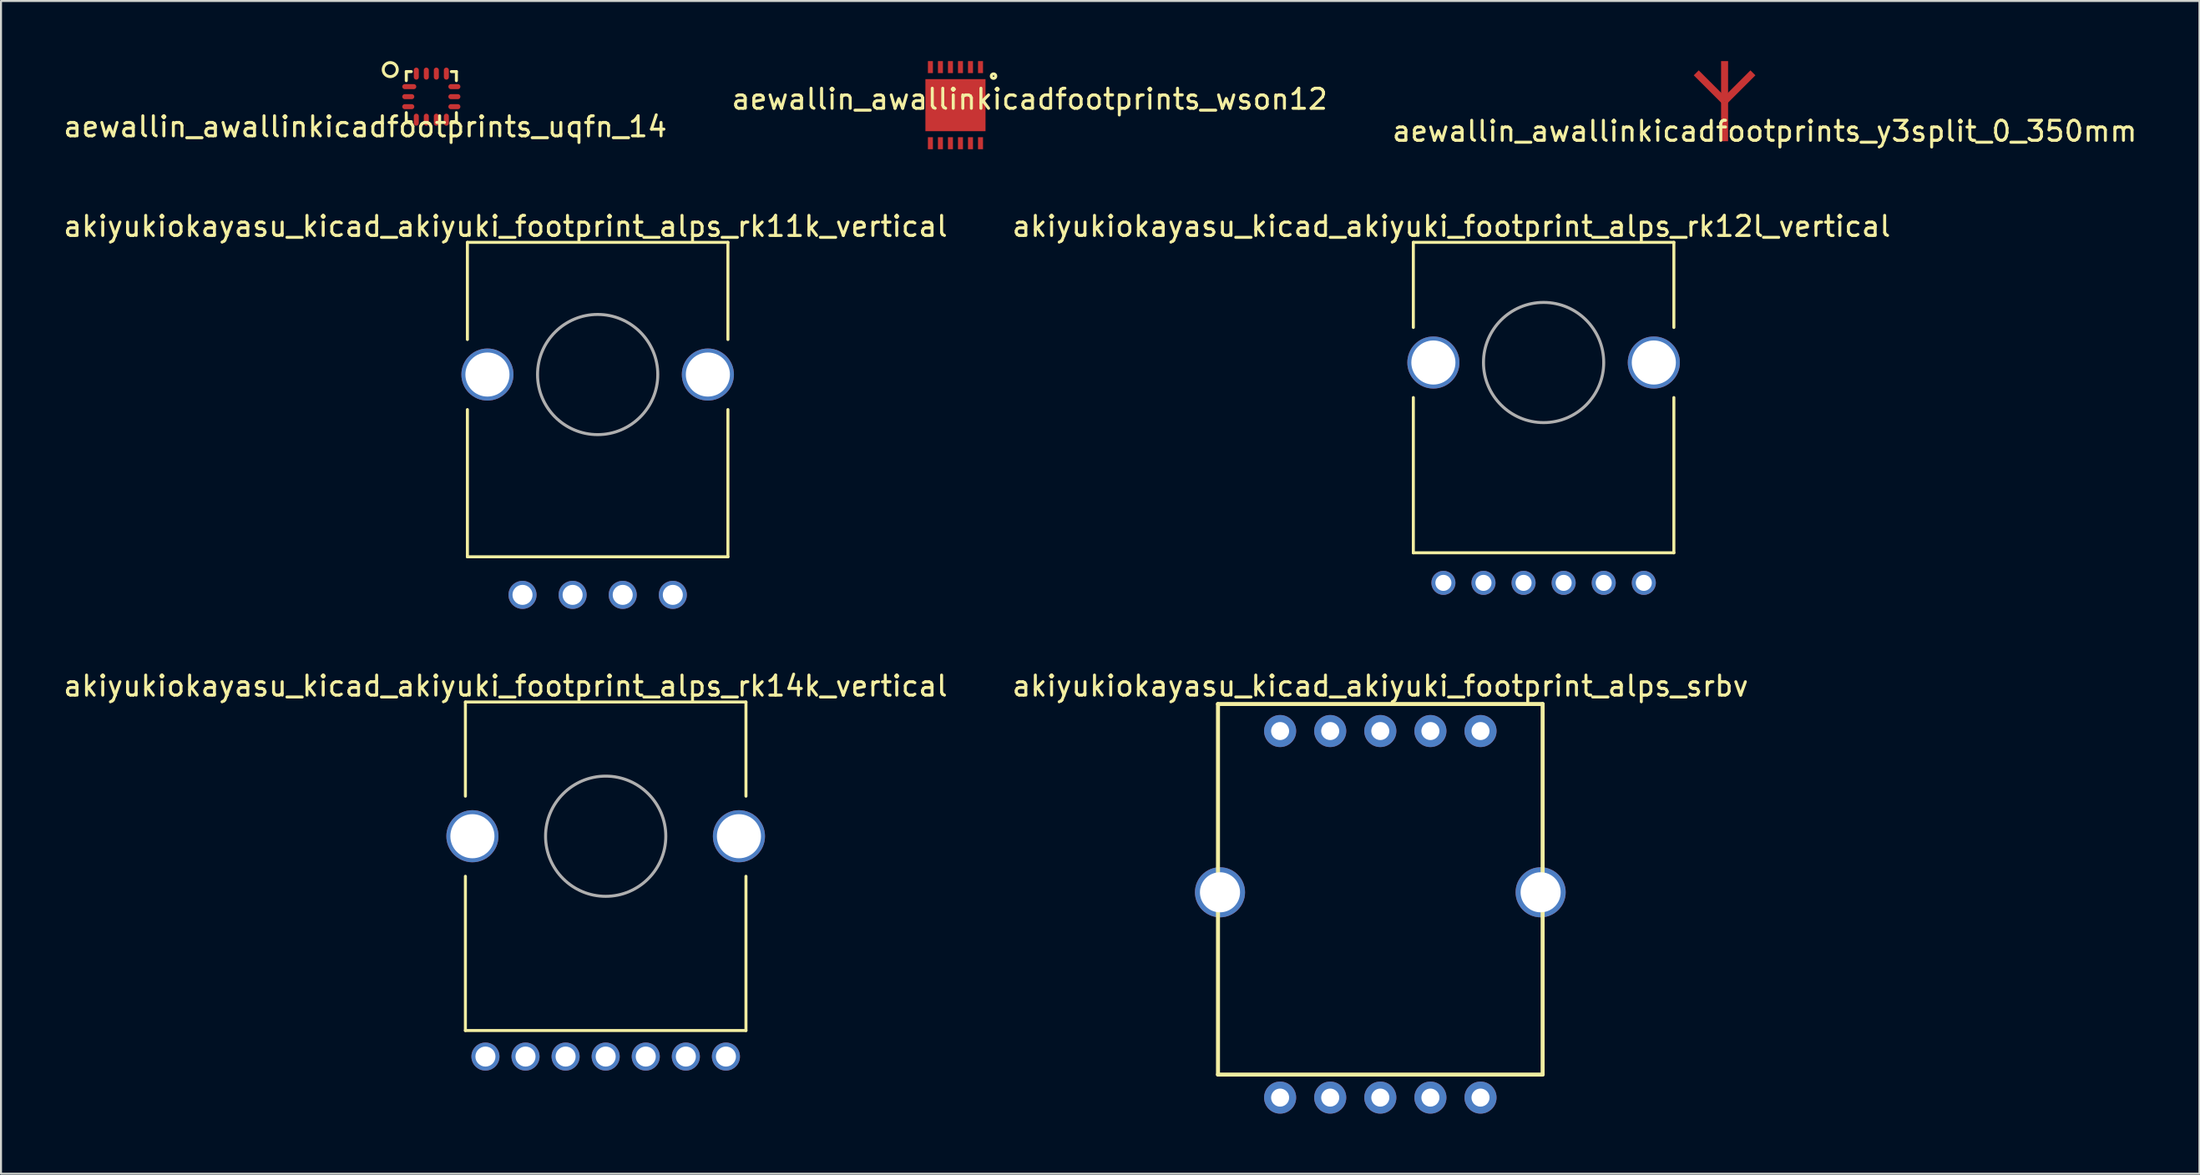
<source format=kicad_pcb>
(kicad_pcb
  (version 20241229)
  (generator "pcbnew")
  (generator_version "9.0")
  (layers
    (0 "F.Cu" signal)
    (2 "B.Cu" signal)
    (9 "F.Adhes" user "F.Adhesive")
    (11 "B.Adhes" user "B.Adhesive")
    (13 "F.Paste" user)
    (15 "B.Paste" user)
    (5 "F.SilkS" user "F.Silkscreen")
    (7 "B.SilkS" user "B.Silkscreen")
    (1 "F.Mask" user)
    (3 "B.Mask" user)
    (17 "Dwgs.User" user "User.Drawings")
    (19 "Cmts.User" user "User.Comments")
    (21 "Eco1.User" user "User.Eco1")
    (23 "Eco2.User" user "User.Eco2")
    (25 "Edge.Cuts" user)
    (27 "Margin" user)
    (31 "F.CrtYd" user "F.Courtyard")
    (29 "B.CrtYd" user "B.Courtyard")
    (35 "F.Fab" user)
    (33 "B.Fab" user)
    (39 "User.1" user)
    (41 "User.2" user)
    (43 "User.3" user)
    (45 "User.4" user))
  (footprint "aewallin_awallinkicadfootprints_uqfn_14"
    (layer "F.Cu")
    (at 18.473 1.775)
    (property "Reference" "aewallin_awallinkicadfootprints_uqfn_14" (at -3.3 1.5 0) (layer "F.SilkS") (effects (font (size 1 1) (thickness 0.15))))
    (attr through_hole)
    (fp_line (start -1.25 -1.25) (end -1.25 -0.8) (stroke (width 0.15) (type solid)) (layer "F.SilkS"))
    (fp_line (start -1.25 0.8) (end -1.25 1.25) (stroke (width 0.15) (type solid)) (layer "F.SilkS"))
    (fp_line (start -1.25 1.25) (end -1 1.25) (stroke (width 0.15) (type solid)) (layer "F.SilkS"))
    (fp_line (start -1 -1.25) (end -1.25 -1.25) (stroke (width 0.15) (type solid)) (layer "F.SilkS"))
    (fp_line (start 1 1.25) (end 1.25 1.25) (stroke (width 0.15) (type solid)) (layer "F.SilkS"))
    (fp_line (start 1.25 -1.25) (end 1 -1.25) (stroke (width 0.15) (type solid)) (layer "F.SilkS"))
    (fp_line (start 1.25 -0.8) (end 1.25 -1.25) (stroke (width 0.15) (type solid)) (layer "F.SilkS"))
    (fp_line (start 1.25 1.25) (end 1.25 0.8) (stroke (width 0.15) (type solid)) (layer "F.SilkS"))
    (fp_circle (center -2.05 -1.35) (end -2.05 -1) (stroke (width 0.15) (type solid)) (fill no) (layer "F.SilkS"))
    (pad "1" smd oval (at -1.15 -0.5) (size 0.7 0.25) (drill (offset 0.05 0)) (layers "F.Cu" "F.Mask" "F.Paste"))
    (pad "2" smd oval (at -1.15 0) (size 0.6 0.25) (layers "F.Cu" "F.Mask" "F.Paste"))
    (pad "3" smd oval (at -1.15 0.5) (size 0.6 0.25) (layers "F.Cu" "F.Mask" "F.Paste"))
    (pad "4" smd oval (at -0.75 1.15) (size 0.25 0.6) (layers "F.Cu" "F.Mask" "F.Paste"))
    (pad "5" smd oval (at -0.25 1.15) (size 0.25 0.6) (layers "F.Cu" "F.Mask" "F.Paste"))
    (pad "6" smd oval (at 0.25 1.15) (size 0.25 0.6) (layers "F.Cu" "F.Mask" "F.Paste"))
    (pad "7" smd oval (at 0.75 1.15) (size 0.25 0.6) (layers "F.Cu" "F.Mask" "F.Paste"))
    (pad "8" smd oval (at 1.15 0.5) (size 0.6 0.25) (layers "F.Cu" "F.Mask" "F.Paste"))
    (pad "9" smd oval (at 1.15 0) (size 0.6 0.25) (layers "F.Cu" "F.Mask" "F.Paste"))
    (pad "10" smd oval (at 1.15 -0.5) (size 0.6 0.25) (layers "F.Cu" "F.Mask" "F.Paste"))
    (pad "11" smd oval (at 0.75 -1.15) (size 0.25 0.6) (layers "F.Cu" "F.Mask" "F.Paste"))
    (pad "12" smd oval (at 0.25 -1.15) (size 0.25 0.6) (layers "F.Cu" "F.Mask" "F.Paste"))
    (pad "13" smd oval (at -0.25 -1.15) (size 0.25 0.6) (layers "F.Cu" "F.Mask" "F.Paste"))
    (pad "14" smd oval (at -0.75 -1.15) (size 0.25 0.6) (layers "F.Cu" "F.Mask" "F.Paste")))
  (footprint "akiyukiokayasu_kicad_akiyuki_footprint_alps_srbv"
    (layer "F.Cu")
    (at 65.827 42.596)
    (property "Reference" "akiyukiokayasu_kicad_akiyuki_footprint_alps_srbv" (at 0 -11.4 0) (layer "F.SilkS") (effects (font (size 1 1) (thickness 0.15))))
    (attr through_hole)
    (fp_line (start -8.1 -10.5) (end -8.1 8) (stroke (width 0.2) (type solid)) (layer "F.SilkS"))
    (fp_line (start -8.1 8) (end 8.1 8) (stroke (width 0.2) (type solid)) (layer "F.SilkS"))
    (fp_line (start 8.1 -10.5) (end -8.1 -10.5) (stroke (width 0.2) (type solid)) (layer "F.SilkS"))
    (fp_line (start 8.1 8) (end 8.1 -10.5) (stroke (width 0.2) (type solid)) (layer "F.SilkS"))
    (pad "" np_thru_hole circle (at -8 -1.1) (size 2.5 2.5) (drill 2) (layers "*.Cu" "*.Mask"))
    (pad "" np_thru_hole circle (at 8 -1.1) (size 2.5 2.5) (drill 2) (layers "*.Cu" "*.Mask"))
    (pad "1" thru_hole circle (at 5 9.15) (size 1.6 1.6) (drill 0.9) (layers "*.Cu" "*.Mask"))
    (pad "2" thru_hole circle (at 2.5 9.15) (size 1.6 1.6) (drill 0.9) (layers "*.Cu" "*.Mask"))
    (pad "3" thru_hole circle (at 0 9.15) (size 1.6 1.6) (drill 0.9) (layers "*.Cu" "*.Mask"))
    (pad "4" thru_hole circle (at -2.5 9.15) (size 1.6 1.6) (drill 0.9) (layers "*.Cu" "*.Mask"))
    (pad "5" thru_hole circle (at -5 9.15) (size 1.6 1.6) (drill 0.9) (layers "*.Cu" "*.Mask"))
    (pad "6" thru_hole circle (at -5 -9.15) (size 1.6 1.6) (drill 0.9) (layers "*.Cu" "*.Mask"))
    (pad "7" thru_hole circle (at -2.5 -9.15) (size 1.6 1.6) (drill 0.9) (layers "*.Cu" "*.Mask"))
    (pad "8" thru_hole circle (at 0 -9.15) (size 1.6 1.6) (drill 0.9) (layers "*.Cu" "*.Mask"))
    (pad "9" thru_hole circle (at 2.5 -9.15) (size 1.6 1.6) (drill 0.9) (layers "*.Cu" "*.Mask"))
    (pad "10" thru_hole circle (at 5 -9.15) (size 1.6 1.6) (drill 0.9) (layers "*.Cu" "*.Mask")))
  (footprint "akiyukiokayasu_kicad_akiyuki_footprint_alps_rk11k_vertical"
    (layer "F.Cu")
    (at 26.773 15.648)
    (property "Reference" "akiyukiokayasu_kicad_akiyuki_footprint_alps_rk11k_vertical" (at -4.6 -7.4 0) (layer "F.SilkS") (effects (font (size 1 1) (thickness 0.15))))
    (attr through_hole)
    (fp_line (start -6.5 -6.6) (end 6.5 -6.6) (stroke (width 0.15) (type solid)) (layer "F.SilkS"))
    (fp_line (start -6.5 -1.75) (end -6.5 -6.6) (stroke (width 0.15) (type solid)) (layer "F.SilkS"))
    (fp_line (start -6.5 9.1) (end -6.5 1.75) (stroke (width 0.15) (type solid)) (layer "F.SilkS"))
    (fp_line (start 6.5 -6.6) (end 6.5 -1.75) (stroke (width 0.15) (type solid)) (layer "F.SilkS"))
    (fp_line (start 6.5 1.75) (end 6.5 9.1) (stroke (width 0.15) (type solid)) (layer "F.SilkS"))
    (fp_line (start 6.5 9.1) (end -6.5 9.1) (stroke (width 0.15) (type solid)) (layer "F.SilkS"))
    (fp_circle (center 0 0) (end 3 0) (stroke (width 0.15) (type solid)) (fill no) (layer "F.Fab"))
    (pad "" thru_hole circle (at -5.5 0) (size 2.6 2.6) (drill 2.2) (layers "*.Cu" "*.Mask"))
    (pad "" thru_hole circle (at 3.75 11) (size 1.4 1.4) (drill 1) (layers "*.Cu" "*.Mask"))
    (pad "" thru_hole circle (at 5.5 0) (size 2.6 2.6) (drill 2.2) (layers "*.Cu" "*.Mask"))
    (pad "1" thru_hole circle (at -3.75 11 90) (size 1.4 1.4) (drill 1) (layers "*.Cu" "*.Mask"))
    (pad "2" thru_hole circle (at -1.25 11) (size 1.4 1.4) (drill 1) (layers "*.Cu" "*.Mask"))
    (pad "3" thru_hole circle (at 1.25 11) (size 1.4 1.4) (drill 1) (layers "*.Cu" "*.Mask")))
  (footprint "akiyukiokayasu_kicad_akiyuki_footprint_alps_rk12l_vertical"
    (layer "F.Cu")
    (at 73.975 15.048)
    (property "Reference" "akiyukiokayasu_kicad_akiyuki_footprint_alps_rk12l_vertical" (at -4.6 -6.8 0) (layer "F.SilkS") (effects (font (size 1 1) (thickness 0.15))))
    (attr through_hole)
    (fp_line (start -6.5 -6) (end -6.5 -1.75) (stroke (width 0.15) (type solid)) (layer "F.SilkS"))
    (fp_line (start -6.5 -6) (end 6.5 -6) (stroke (width 0.15) (type solid)) (layer "F.SilkS"))
    (fp_line (start -6.5 1.75) (end -6.5 9.5) (stroke (width 0.15) (type solid)) (layer "F.SilkS"))
    (fp_line (start 6.5 -6) (end 6.5 -1.75) (stroke (width 0.15) (type solid)) (layer "F.SilkS"))
    (fp_line (start 6.5 1.75) (end 6.5 9.5) (stroke (width 0.15) (type solid)) (layer "F.SilkS"))
    (fp_line (start 6.5 9.5) (end -6.5 9.5) (stroke (width 0.15) (type solid)) (layer "F.SilkS"))
    (fp_circle (center 0 0) (end 3 0) (stroke (width 0.15) (type solid)) (fill no) (layer "F.Fab"))
    (pad "" thru_hole circle (at -5.5 0) (size 2.6 2.6) (drill 2.2) (layers "*.Cu" "*.Mask"))
    (pad "" thru_hole circle (at 5.5 0) (size 2.6 2.6) (drill 2.2) (layers "*.Cu" "*.Mask"))
    (pad "1" thru_hole circle (at -1 11 90) (size 1.2 1.2) (drill 0.8) (layers "*.Cu" "*.Mask"))
    (pad "2" thru_hole circle (at 1 11) (size 1.2 1.2) (drill 0.8) (layers "*.Cu" "*.Mask"))
    (pad "3" thru_hole circle (at 3 11) (size 1.2 1.2) (drill 0.8) (layers "*.Cu" "*.Mask"))
    (pad "4" thru_hole circle (at -3 11) (size 1.2 1.2) (drill 0.8) (layers "*.Cu" "*.Mask"))
    (pad "5" thru_hole circle (at -5 11) (size 1.2 1.2) (drill 0.8) (layers "*.Cu" "*.Mask"))
    (pad "6" thru_hole circle (at 5 11) (size 1.2 1.2) (drill 0.8) (layers "*.Cu" "*.Mask")))
  (footprint "akiyukiokayasu_kicad_akiyuki_footprint_alps_rk14k_vertical"
    (layer "F.Cu")
    (at 27.173 38.697)
    (property "Reference" "akiyukiokayasu_kicad_akiyuki_footprint_alps_rk14k_vertical" (at -5 -7.5 0) (layer "F.SilkS") (effects (font (size 1 1) (thickness 0.15))))
    (attr through_hole)
    (fp_line (start -7 -6.7) (end -7 -2) (stroke (width 0.15) (type solid)) (layer "F.SilkS"))
    (fp_line (start -7 -6.7) (end 7 -6.7) (stroke (width 0.15) (type solid)) (layer "F.SilkS"))
    (fp_line (start -7 2) (end -7 9.7) (stroke (width 0.15) (type solid)) (layer "F.SilkS"))
    (fp_line (start 7 -6.7) (end 7 -2) (stroke (width 0.15) (type solid)) (layer "F.SilkS"))
    (fp_line (start 7 2) (end 7 9.7) (stroke (width 0.15) (type solid)) (layer "F.SilkS"))
    (fp_line (start 7 9.7) (end -7 9.7) (stroke (width 0.15) (type solid)) (layer "F.SilkS"))
    (fp_circle (center 0 0) (end 3 0) (stroke (width 0.15) (type solid)) (fill no) (layer "F.Fab"))
    (pad "" thru_hole circle (at -6.65 0) (size 2.6 2.6) (drill 2.2) (layers "*.Cu" "*.Mask"))
    (pad "" thru_hole circle (at 6 11) (size 1.4 1.4) (drill 1) (layers "*.Cu" "*.Mask"))
    (pad "" thru_hole circle (at 6.65 0) (size 2.6 2.6) (drill 2.2) (layers "*.Cu" "*.Mask"))
    (pad "1" thru_hole circle (at -4 11 90) (size 1.4 1.4) (drill 1) (layers "*.Cu" "*.Mask" "B.Paste"))
    (pad "2" thru_hole circle (at -2 11) (size 1.4 1.4) (drill 1) (layers "*.Cu" "*.Mask"))
    (pad "3" thru_hole circle (at 2 11) (size 1.4 1.4) (drill 1) (layers "*.Cu" "*.Mask"))
    (pad "4" thru_hole circle (at -6 11) (size 1.4 1.4) (drill 1) (layers "*.Cu" "*.Mask"))
    (pad "5" thru_hole circle (at 0 11) (size 1.4 1.4) (drill 1) (layers "*.Cu" "*.Mask"))
    (pad "6" thru_hole circle (at 4 11) (size 1.4 1.4) (drill 1) (layers "*.Cu" "*.Mask")))
  (footprint "aewallin_awallinkicadfootprints_y3split_0_350mm"
    (layer "F.Cu")
    (at 83.006 3)
    (property "Reference" "aewallin_awallinkicadfootprints_y3split_0_350mm" (at 2 0.5 0) (layer "F.SilkS") (effects (font (size 1 1) (thickness 0.15))))
    (attr through_hole)
    (pad "1" smd rect (at 0 0 90) (size 2 0.35) (layers "F.Cu"))
    (pad "2" smd rect (at 0.707 -1.707 45) (size 2 0.35) (layers "F.Cu"))
    (pad "3" smd rect (at 0 -2 90) (size 2 0.35) (layers "F.Cu"))
    (pad "4" smd rect (at -0.707 -1.707 135) (size 2 0.35) (layers "F.Cu")))
  (footprint "aewallin_awallinkicadfootprints_wson12"
    (layer "F.Cu")
    (at 44.627 2.2)
    (property "Reference" "aewallin_awallinkicadfootprints_wson12" (at 3.7 -0.3 0) (layer "F.SilkS") (effects (font (size 1 1) (thickness 0.15))))
    (attr through_hole)
    (fp_circle (center 1.9 -1.45) (end 2 -1.4) (stroke (width 0.15) (type solid)) (fill no) (layer "F.SilkS"))
    (pad "1" smd rect (at 1.25 -1.9) (size 0.25 0.6) (layers "F.Cu" "F.Mask" "F.Paste"))
    (pad "2" smd rect (at 0.75 -1.9) (size 0.25 0.6) (layers "F.Cu" "F.Mask" "F.Paste"))
    (pad "3" smd rect (at 0.25 -1.9) (size 0.25 0.6) (layers "F.Cu" "F.Mask" "F.Paste"))
    (pad "4" smd rect (at -0.25 -1.9) (size 0.25 0.6) (layers "F.Cu" "F.Mask" "F.Paste"))
    (pad "5" smd rect (at -0.75 -1.9) (size 0.25 0.6) (layers "F.Cu" "F.Mask" "F.Paste"))
    (pad "6" smd rect (at -1.25 -1.9) (size 0.25 0.6) (layers "F.Cu" "F.Mask" "F.Paste"))
    (pad "7" smd rect (at -1.25 1.9) (size 0.25 0.6) (layers "F.Cu" "F.Mask" "F.Paste"))
    (pad "8" smd rect (at -0.75 1.9) (size 0.25 0.6) (layers "F.Cu" "F.Mask" "F.Paste"))
    (pad "9" smd rect (at -0.25 1.9) (size 0.25 0.6) (layers "F.Cu" "F.Mask" "F.Paste"))
    (pad "10" smd rect (at 0.25 1.9) (size 0.25 0.6) (layers "F.Cu" "F.Mask" "F.Paste"))
    (pad "11" smd rect (at 0.75 1.9) (size 0.25 0.6) (layers "F.Cu" "F.Mask" "F.Paste"))
    (pad "12" smd rect (at 1.25 1.9) (size 0.25 0.6) (layers "F.Cu" "F.Mask" "F.Paste"))
    (pad "13" smd rect (at 0 0) (size 3 2.6) (layers "F.Cu" "F.Mask" "F.Paste")))
  (gr_rect
    (start -3 -3)
    (end 106.702 55.547)
    (stroke (width 0.1) (type default))
    (fill no)
    (layer "Edge.Cuts")))
</source>
